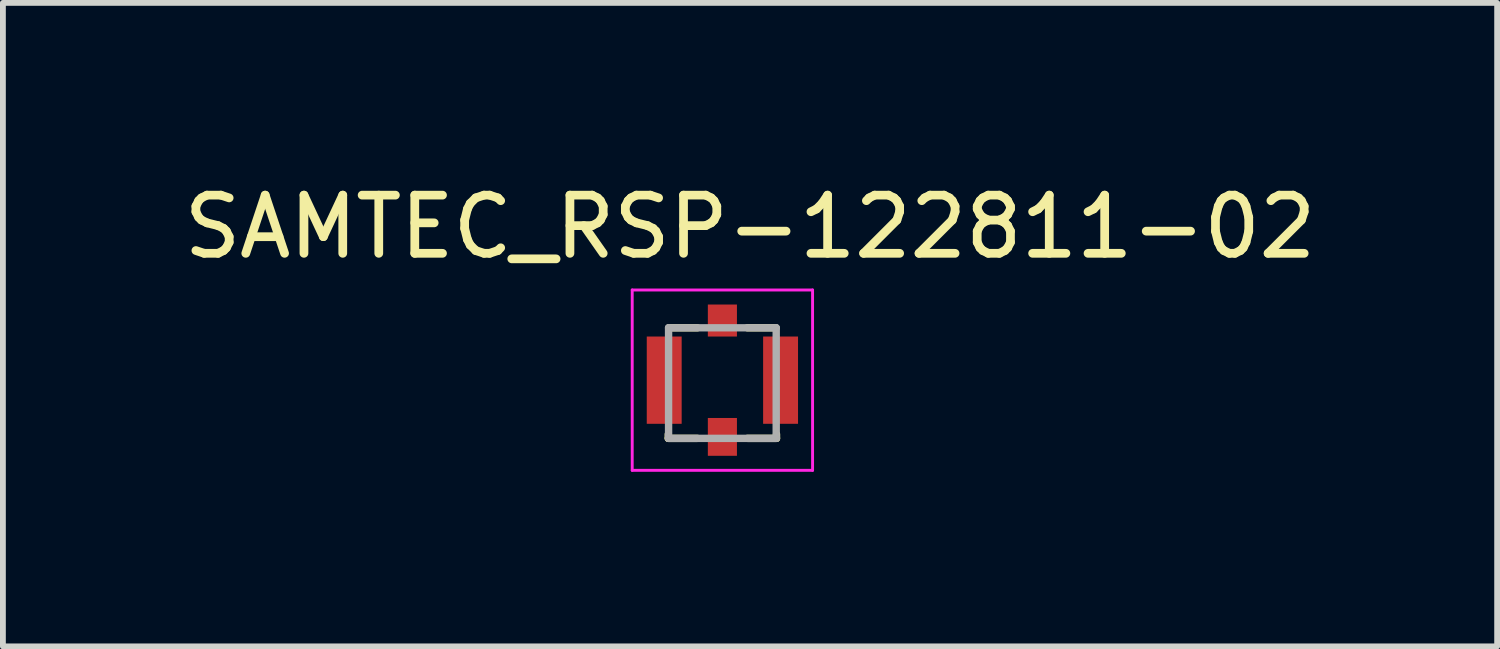
<source format=kicad_pcb>
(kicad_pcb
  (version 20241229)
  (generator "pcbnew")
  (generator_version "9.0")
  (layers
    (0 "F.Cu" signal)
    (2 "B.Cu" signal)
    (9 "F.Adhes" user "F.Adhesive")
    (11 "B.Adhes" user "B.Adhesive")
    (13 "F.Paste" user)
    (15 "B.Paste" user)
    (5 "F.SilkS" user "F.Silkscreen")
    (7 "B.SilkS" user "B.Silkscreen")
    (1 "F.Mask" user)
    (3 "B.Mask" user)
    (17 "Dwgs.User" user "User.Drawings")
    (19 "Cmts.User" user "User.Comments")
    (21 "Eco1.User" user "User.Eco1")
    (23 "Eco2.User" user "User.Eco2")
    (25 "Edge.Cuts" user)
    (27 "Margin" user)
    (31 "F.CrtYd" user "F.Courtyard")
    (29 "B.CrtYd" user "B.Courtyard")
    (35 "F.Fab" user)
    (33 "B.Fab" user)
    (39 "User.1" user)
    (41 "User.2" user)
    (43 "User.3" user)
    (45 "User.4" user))
  (footprint "SAMTEC_RSP-122811-02"
    (layer "F.Cu")
    (at 9.366 3.484)
    (property "Reference" "SAMTEC_RSP-122811-02" (at 0.475 -2.635 0) (layer "F.SilkS") (effects (font (size 1 1) (thickness 0.15))))
    (attr smd)
    (fp_line (start -0.93 0.93) (end -0.93 1) (stroke (width 0.127) (type solid)) (layer "F.SilkS"))
    (fp_line (start -0.93 1) (end -0.43 1) (stroke (width 0.127) (type solid)) (layer "F.SilkS"))
    (fp_line (start -0.92 -0.9) (end -0.43 -0.9) (stroke (width 0.127) (type solid)) (layer "F.SilkS"))
    (fp_line (start 0.43 -0.9) (end 0.92 -0.9) (stroke (width 0.127) (type solid)) (layer "F.SilkS"))
    (fp_line (start 0.43 1) (end 0.93 1) (stroke (width 0.127) (type solid)) (layer "F.SilkS"))
    (fp_line (start 0.93 1) (end 0.93 0.93) (stroke (width 0.127) (type solid)) (layer "F.SilkS"))
    (fp_line (start -1.55 -1.55) (end 1.55 -1.55) (stroke (width 0.05) (type solid)) (layer "F.CrtYd"))
    (fp_line (start -1.55 1.55) (end -1.55 -1.55) (stroke (width 0.05) (type solid)) (layer "F.CrtYd"))
    (fp_line (start 1.55 -1.55) (end 1.55 1.55) (stroke (width 0.05) (type solid)) (layer "F.CrtYd"))
    (fp_line (start 1.55 1.55) (end -1.55 1.55) (stroke (width 0.05) (type solid)) (layer "F.CrtYd"))
    (fp_line (start -0.925 -0.9) (end 0.925 -0.9) (stroke (width 0.127) (type solid)) (layer "F.Fab"))
    (fp_line (start -0.925 1) (end -0.925 -0.9) (stroke (width 0.127) (type solid)) (layer "F.Fab"))
    (fp_line (start 0.925 -0.9) (end 0.925 1) (stroke (width 0.127) (type solid)) (layer "F.Fab"))
    (fp_line (start 0.925 1) (end -0.925 1) (stroke (width 0.127) (type solid)) (layer "F.Fab"))
    (pad "1" smd rect (at 0 0.975 90) (size 0.65 0.5) (layers "F.Cu" "F.Mask" "F.Paste"))
    (pad "2" smd rect (at -1 0 90) (size 1.5 0.6) (layers "F.Cu" "F.Mask" "F.Paste"))
    (pad "3" smd rect (at 0 -1.025 90) (size 0.55 0.5) (layers "F.Cu" "F.Mask" "F.Paste"))
    (pad "4" smd rect (at 1 0 90) (size 1.5 0.6) (layers "F.Cu" "F.Mask" "F.Paste")))
  (gr_rect
    (start -3 -3)
    (end 22.682 8.059)
    (stroke (width 0.1) (type default))
    (fill no)
    (layer "Edge.Cuts")))
</source>
